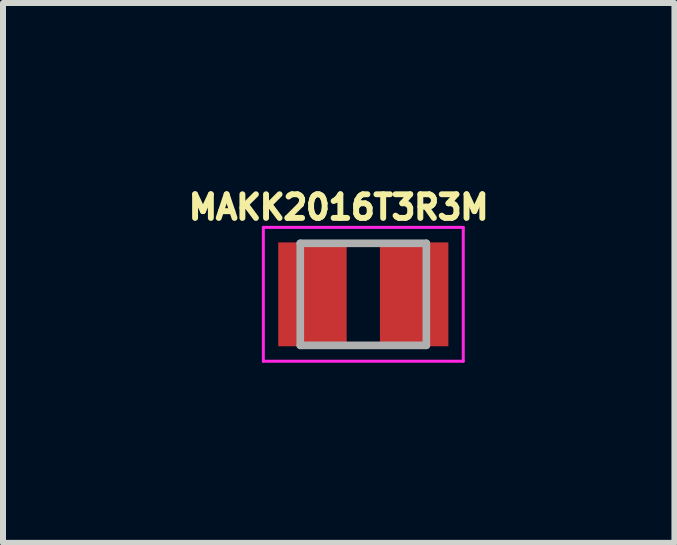
<source format=kicad_pcb>
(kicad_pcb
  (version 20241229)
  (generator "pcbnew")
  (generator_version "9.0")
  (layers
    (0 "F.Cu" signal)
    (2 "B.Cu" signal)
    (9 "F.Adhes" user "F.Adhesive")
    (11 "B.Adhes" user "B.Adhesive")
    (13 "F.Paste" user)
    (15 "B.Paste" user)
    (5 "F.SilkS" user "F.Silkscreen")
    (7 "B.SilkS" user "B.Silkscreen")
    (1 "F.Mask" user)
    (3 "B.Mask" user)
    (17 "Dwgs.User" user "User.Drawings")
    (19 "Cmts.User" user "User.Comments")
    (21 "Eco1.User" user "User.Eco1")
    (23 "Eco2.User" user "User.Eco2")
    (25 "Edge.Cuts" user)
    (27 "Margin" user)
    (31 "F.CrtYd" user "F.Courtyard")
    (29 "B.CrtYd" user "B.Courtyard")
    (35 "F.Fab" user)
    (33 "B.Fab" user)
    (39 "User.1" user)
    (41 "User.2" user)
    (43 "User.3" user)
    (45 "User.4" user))
  (footprint "MAKK2016T3R3M"
    (layer "F.Cu")
    (at 3.002 1.853)
    (property "Reference" "MAKK2016T3R3M" (at -0.41 -1.45 0) (layer "F.SilkS") (effects (font (size 0.394 0.394) (thickness 0.15))))
    (attr smd)
    (fp_line (start -1.665 -1.115) (end 1.665 -1.115) (stroke (width 0.05) (type solid)) (layer "F.CrtYd"))
    (fp_line (start -1.665 1.115) (end -1.665 -1.115) (stroke (width 0.05) (type solid)) (layer "F.CrtYd"))
    (fp_line (start -1.665 1.115) (end 1.665 1.115) (stroke (width 0.05) (type solid)) (layer "F.CrtYd"))
    (fp_line (start 1.665 1.115) (end 1.665 -1.115) (stroke (width 0.05) (type solid)) (layer "F.CrtYd"))
    (fp_line (start -1.05 0.85) (end -1.05 -0.85) (stroke (width 0.127) (type solid)) (layer "F.Fab"))
    (fp_line (start 1.05 -0.85) (end -1.05 -0.85) (stroke (width 0.127) (type solid)) (layer "F.Fab"))
    (fp_line (start 1.05 0.85) (end -1.05 0.85) (stroke (width 0.127) (type solid)) (layer "F.Fab"))
    (fp_line (start 1.05 0.85) (end 1.05 -0.85) (stroke (width 0.127) (type solid)) (layer "F.Fab"))
    (pad "1" smd rect (at -0.847 0) (size 1.14 1.73) (layers "F.Cu" "F.Mask" "F.Paste"))
    (pad "2" smd rect (at 0.847 0) (size 1.14 1.73) (layers "F.Cu" "F.Mask" "F.Paste")))
  (gr_rect
    (start -3 -3)
    (end 8.185 5.993)
    (stroke (width 0.1) (type default))
    (fill no)
    (layer "Edge.Cuts")))
</source>
